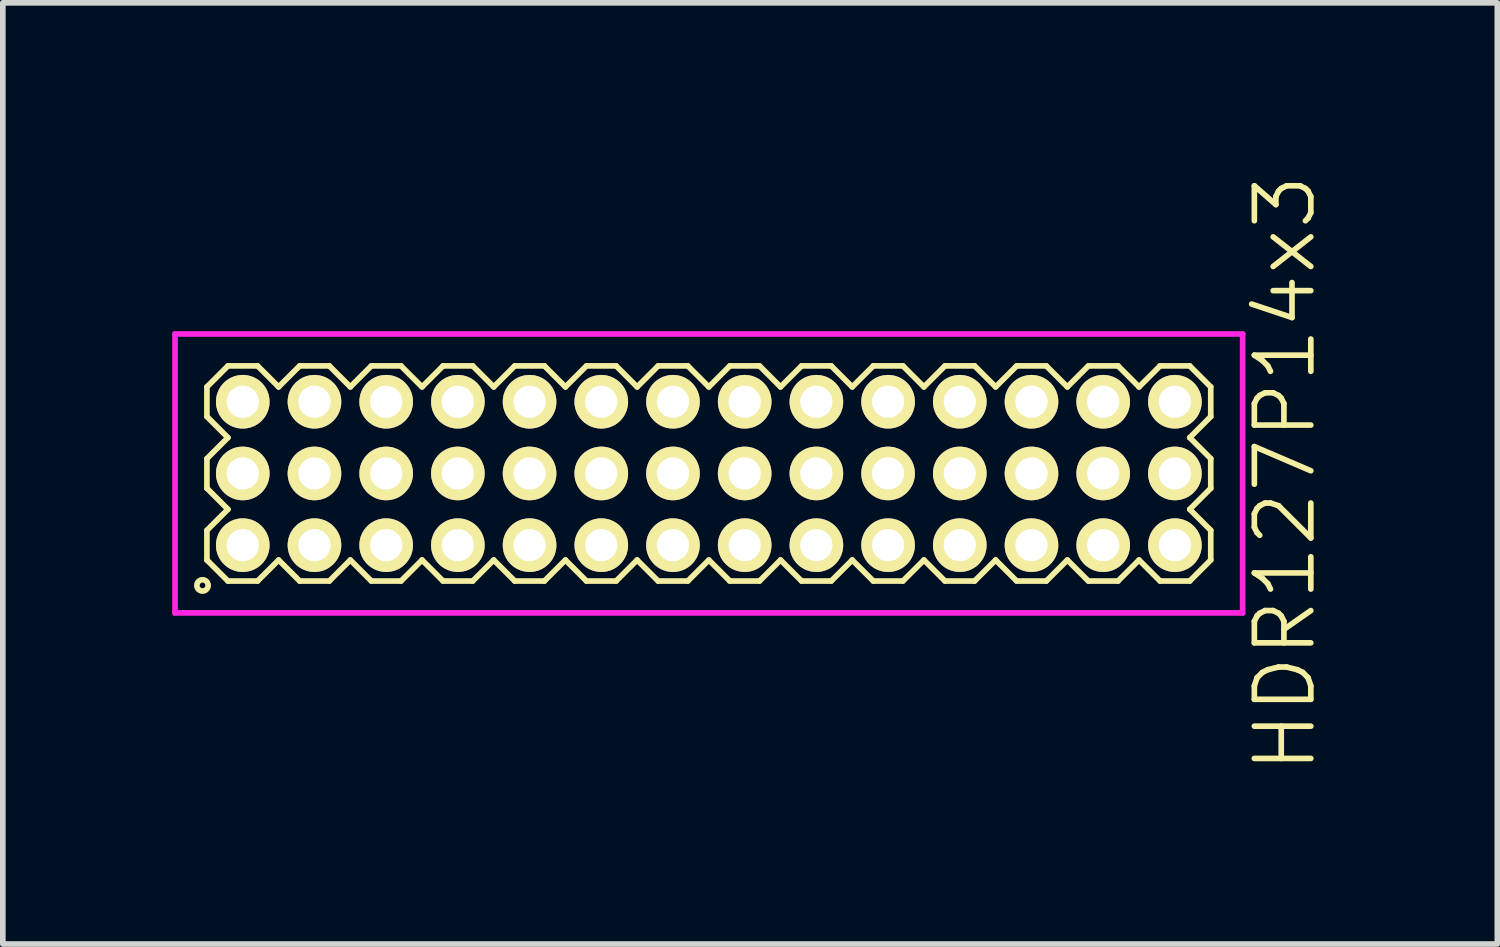
<source format=kicad_pcb>
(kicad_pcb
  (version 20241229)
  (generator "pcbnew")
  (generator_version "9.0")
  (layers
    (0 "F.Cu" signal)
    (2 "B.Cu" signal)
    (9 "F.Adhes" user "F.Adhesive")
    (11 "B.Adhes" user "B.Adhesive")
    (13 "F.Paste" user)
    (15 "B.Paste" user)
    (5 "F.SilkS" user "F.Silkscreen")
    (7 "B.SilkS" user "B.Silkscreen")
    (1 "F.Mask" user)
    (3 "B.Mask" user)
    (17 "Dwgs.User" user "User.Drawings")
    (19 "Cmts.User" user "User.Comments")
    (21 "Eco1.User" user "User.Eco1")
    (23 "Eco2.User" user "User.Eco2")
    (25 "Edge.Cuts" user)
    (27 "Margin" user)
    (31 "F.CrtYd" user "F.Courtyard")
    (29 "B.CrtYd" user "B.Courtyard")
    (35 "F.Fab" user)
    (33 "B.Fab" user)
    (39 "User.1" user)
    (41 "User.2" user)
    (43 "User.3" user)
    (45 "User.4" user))
  (footprint "HDR127P14x3"
    (layer "F.Cu")
    (at 9.505 5.336)
    (property "Reference" "HDR127P14x3" (at 10.205 0 90) (layer "F.SilkS") (effects (font (size 1 1) (thickness 0.1))))
    (attr through_hole)
    (fp_line (start -8.89 -1.533) (end -8.518 -1.905) (stroke (width 0.1) (type solid)) (layer "F.SilkS"))
    (fp_line (start -8.89 -1.007) (end -8.89 -1.533) (stroke (width 0.1) (type solid)) (layer "F.SilkS"))
    (fp_line (start -8.89 -0.263) (end -8.518 -0.635) (stroke (width 0.1) (type solid)) (layer "F.SilkS"))
    (fp_line (start -8.89 0.263) (end -8.89 -0.263) (stroke (width 0.1) (type solid)) (layer "F.SilkS"))
    (fp_line (start -8.89 1.007) (end -8.518 0.635) (stroke (width 0.1) (type solid)) (layer "F.SilkS"))
    (fp_line (start -8.89 1.533) (end -8.89 1.007) (stroke (width 0.1) (type solid)) (layer "F.SilkS"))
    (fp_line (start -8.518 -1.905) (end -7.992 -1.905) (stroke (width 0.1) (type solid)) (layer "F.SilkS"))
    (fp_line (start -8.518 -0.635) (end -8.89 -1.007) (stroke (width 0.1) (type solid)) (layer "F.SilkS"))
    (fp_line (start -8.518 0.635) (end -8.89 0.263) (stroke (width 0.1) (type solid)) (layer "F.SilkS"))
    (fp_line (start -8.518 1.905) (end -8.89 1.533) (stroke (width 0.1) (type solid)) (layer "F.SilkS"))
    (fp_line (start -7.992 -1.905) (end -7.62 -1.533) (stroke (width 0.1) (type solid)) (layer "F.SilkS"))
    (fp_line (start -7.992 1.905) (end -8.518 1.905) (stroke (width 0.1) (type solid)) (layer "F.SilkS"))
    (fp_line (start -7.62 -1.533) (end -7.248 -1.905) (stroke (width 0.1) (type solid)) (layer "F.SilkS"))
    (fp_line (start -7.62 1.533) (end -7.992 1.905) (stroke (width 0.1) (type solid)) (layer "F.SilkS"))
    (fp_line (start -7.248 -1.905) (end -6.722 -1.905) (stroke (width 0.1) (type solid)) (layer "F.SilkS"))
    (fp_line (start -7.248 1.905) (end -7.62 1.533) (stroke (width 0.1) (type solid)) (layer "F.SilkS"))
    (fp_line (start -6.722 -1.905) (end -6.35 -1.533) (stroke (width 0.1) (type solid)) (layer "F.SilkS"))
    (fp_line (start -6.722 1.905) (end -7.248 1.905) (stroke (width 0.1) (type solid)) (layer "F.SilkS"))
    (fp_line (start -6.35 -1.533) (end -5.978 -1.905) (stroke (width 0.1) (type solid)) (layer "F.SilkS"))
    (fp_line (start -6.35 1.533) (end -6.722 1.905) (stroke (width 0.1) (type solid)) (layer "F.SilkS"))
    (fp_line (start -5.978 -1.905) (end -5.452 -1.905) (stroke (width 0.1) (type solid)) (layer "F.SilkS"))
    (fp_line (start -5.978 1.905) (end -6.35 1.533) (stroke (width 0.1) (type solid)) (layer "F.SilkS"))
    (fp_line (start -5.452 -1.905) (end -5.08 -1.533) (stroke (width 0.1) (type solid)) (layer "F.SilkS"))
    (fp_line (start -5.452 1.905) (end -5.978 1.905) (stroke (width 0.1) (type solid)) (layer "F.SilkS"))
    (fp_line (start -5.08 -1.533) (end -4.708 -1.905) (stroke (width 0.1) (type solid)) (layer "F.SilkS"))
    (fp_line (start -5.08 1.533) (end -5.452 1.905) (stroke (width 0.1) (type solid)) (layer "F.SilkS"))
    (fp_line (start -4.708 -1.905) (end -4.182 -1.905) (stroke (width 0.1) (type solid)) (layer "F.SilkS"))
    (fp_line (start -4.708 1.905) (end -5.08 1.533) (stroke (width 0.1) (type solid)) (layer "F.SilkS"))
    (fp_line (start -4.182 -1.905) (end -3.81 -1.533) (stroke (width 0.1) (type solid)) (layer "F.SilkS"))
    (fp_line (start -4.182 1.905) (end -4.708 1.905) (stroke (width 0.1) (type solid)) (layer "F.SilkS"))
    (fp_line (start -3.81 -1.533) (end -3.438 -1.905) (stroke (width 0.1) (type solid)) (layer "F.SilkS"))
    (fp_line (start -3.81 1.533) (end -4.182 1.905) (stroke (width 0.1) (type solid)) (layer "F.SilkS"))
    (fp_line (start -3.438 -1.905) (end -2.912 -1.905) (stroke (width 0.1) (type solid)) (layer "F.SilkS"))
    (fp_line (start -3.438 1.905) (end -3.81 1.533) (stroke (width 0.1) (type solid)) (layer "F.SilkS"))
    (fp_line (start -2.912 -1.905) (end -2.54 -1.533) (stroke (width 0.1) (type solid)) (layer "F.SilkS"))
    (fp_line (start -2.912 1.905) (end -3.438 1.905) (stroke (width 0.1) (type solid)) (layer "F.SilkS"))
    (fp_line (start -2.54 -1.533) (end -2.168 -1.905) (stroke (width 0.1) (type solid)) (layer "F.SilkS"))
    (fp_line (start -2.54 1.533) (end -2.912 1.905) (stroke (width 0.1) (type solid)) (layer "F.SilkS"))
    (fp_line (start -2.168 -1.905) (end -1.642 -1.905) (stroke (width 0.1) (type solid)) (layer "F.SilkS"))
    (fp_line (start -2.168 1.905) (end -2.54 1.533) (stroke (width 0.1) (type solid)) (layer "F.SilkS"))
    (fp_line (start -1.642 -1.905) (end -1.27 -1.533) (stroke (width 0.1) (type solid)) (layer "F.SilkS"))
    (fp_line (start -1.642 1.905) (end -2.168 1.905) (stroke (width 0.1) (type solid)) (layer "F.SilkS"))
    (fp_line (start -1.27 -1.533) (end -0.898 -1.905) (stroke (width 0.1) (type solid)) (layer "F.SilkS"))
    (fp_line (start -1.27 1.533) (end -1.642 1.905) (stroke (width 0.1) (type solid)) (layer "F.SilkS"))
    (fp_line (start -0.898 -1.905) (end -0.372 -1.905) (stroke (width 0.1) (type solid)) (layer "F.SilkS"))
    (fp_line (start -0.898 1.905) (end -1.27 1.533) (stroke (width 0.1) (type solid)) (layer "F.SilkS"))
    (fp_line (start -0.372 -1.905) (end 0 -1.533) (stroke (width 0.1) (type solid)) (layer "F.SilkS"))
    (fp_line (start -0.372 1.905) (end -0.898 1.905) (stroke (width 0.1) (type solid)) (layer "F.SilkS"))
    (fp_line (start 0 -1.533) (end 0.372 -1.905) (stroke (width 0.1) (type solid)) (layer "F.SilkS"))
    (fp_line (start 0 1.533) (end -0.372 1.905) (stroke (width 0.1) (type solid)) (layer "F.SilkS"))
    (fp_line (start 0.372 -1.905) (end 0.898 -1.905) (stroke (width 0.1) (type solid)) (layer "F.SilkS"))
    (fp_line (start 0.372 1.905) (end 0 1.533) (stroke (width 0.1) (type solid)) (layer "F.SilkS"))
    (fp_line (start 0.898 -1.905) (end 1.27 -1.533) (stroke (width 0.1) (type solid)) (layer "F.SilkS"))
    (fp_line (start 0.898 1.905) (end 0.372 1.905) (stroke (width 0.1) (type solid)) (layer "F.SilkS"))
    (fp_line (start 1.27 -1.533) (end 1.642 -1.905) (stroke (width 0.1) (type solid)) (layer "F.SilkS"))
    (fp_line (start 1.27 1.533) (end 0.898 1.905) (stroke (width 0.1) (type solid)) (layer "F.SilkS"))
    (fp_line (start 1.642 -1.905) (end 2.168 -1.905) (stroke (width 0.1) (type solid)) (layer "F.SilkS"))
    (fp_line (start 1.642 1.905) (end 1.27 1.533) (stroke (width 0.1) (type solid)) (layer "F.SilkS"))
    (fp_line (start 2.168 -1.905) (end 2.54 -1.533) (stroke (width 0.1) (type solid)) (layer "F.SilkS"))
    (fp_line (start 2.168 1.905) (end 1.642 1.905) (stroke (width 0.1) (type solid)) (layer "F.SilkS"))
    (fp_line (start 2.54 -1.533) (end 2.912 -1.905) (stroke (width 0.1) (type solid)) (layer "F.SilkS"))
    (fp_line (start 2.54 1.533) (end 2.168 1.905) (stroke (width 0.1) (type solid)) (layer "F.SilkS"))
    (fp_line (start 2.912 -1.905) (end 3.438 -1.905) (stroke (width 0.1) (type solid)) (layer "F.SilkS"))
    (fp_line (start 2.912 1.905) (end 2.54 1.533) (stroke (width 0.1) (type solid)) (layer "F.SilkS"))
    (fp_line (start 3.438 -1.905) (end 3.81 -1.533) (stroke (width 0.1) (type solid)) (layer "F.SilkS"))
    (fp_line (start 3.438 1.905) (end 2.912 1.905) (stroke (width 0.1) (type solid)) (layer "F.SilkS"))
    (fp_line (start 3.81 -1.533) (end 4.182 -1.905) (stroke (width 0.1) (type solid)) (layer "F.SilkS"))
    (fp_line (start 3.81 1.533) (end 3.438 1.905) (stroke (width 0.1) (type solid)) (layer "F.SilkS"))
    (fp_line (start 4.182 -1.905) (end 4.708 -1.905) (stroke (width 0.1) (type solid)) (layer "F.SilkS"))
    (fp_line (start 4.182 1.905) (end 3.81 1.533) (stroke (width 0.1) (type solid)) (layer "F.SilkS"))
    (fp_line (start 4.708 -1.905) (end 5.08 -1.533) (stroke (width 0.1) (type solid)) (layer "F.SilkS"))
    (fp_line (start 4.708 1.905) (end 4.182 1.905) (stroke (width 0.1) (type solid)) (layer "F.SilkS"))
    (fp_line (start 5.08 -1.533) (end 5.452 -1.905) (stroke (width 0.1) (type solid)) (layer "F.SilkS"))
    (fp_line (start 5.08 1.533) (end 4.708 1.905) (stroke (width 0.1) (type solid)) (layer "F.SilkS"))
    (fp_line (start 5.452 -1.905) (end 5.978 -1.905) (stroke (width 0.1) (type solid)) (layer "F.SilkS"))
    (fp_line (start 5.452 1.905) (end 5.08 1.533) (stroke (width 0.1) (type solid)) (layer "F.SilkS"))
    (fp_line (start 5.978 -1.905) (end 6.35 -1.533) (stroke (width 0.1) (type solid)) (layer "F.SilkS"))
    (fp_line (start 5.978 1.905) (end 5.452 1.905) (stroke (width 0.1) (type solid)) (layer "F.SilkS"))
    (fp_line (start 6.35 -1.533) (end 6.722 -1.905) (stroke (width 0.1) (type solid)) (layer "F.SilkS"))
    (fp_line (start 6.35 1.533) (end 5.978 1.905) (stroke (width 0.1) (type solid)) (layer "F.SilkS"))
    (fp_line (start 6.722 -1.905) (end 7.248 -1.905) (stroke (width 0.1) (type solid)) (layer "F.SilkS"))
    (fp_line (start 6.722 1.905) (end 6.35 1.533) (stroke (width 0.1) (type solid)) (layer "F.SilkS"))
    (fp_line (start 7.248 -1.905) (end 7.62 -1.533) (stroke (width 0.1) (type solid)) (layer "F.SilkS"))
    (fp_line (start 7.248 1.905) (end 6.722 1.905) (stroke (width 0.1) (type solid)) (layer "F.SilkS"))
    (fp_line (start 7.62 -1.533) (end 7.992 -1.905) (stroke (width 0.1) (type solid)) (layer "F.SilkS"))
    (fp_line (start 7.62 1.533) (end 7.248 1.905) (stroke (width 0.1) (type solid)) (layer "F.SilkS"))
    (fp_line (start 7.992 -1.905) (end 8.518 -1.905) (stroke (width 0.1) (type solid)) (layer "F.SilkS"))
    (fp_line (start 7.992 1.905) (end 7.62 1.533) (stroke (width 0.1) (type solid)) (layer "F.SilkS"))
    (fp_line (start 8.518 -1.905) (end 8.89 -1.533) (stroke (width 0.1) (type solid)) (layer "F.SilkS"))
    (fp_line (start 8.518 -0.635) (end 8.89 -0.263) (stroke (width 0.1) (type solid)) (layer "F.SilkS"))
    (fp_line (start 8.518 0.635) (end 8.89 1.007) (stroke (width 0.1) (type solid)) (layer "F.SilkS"))
    (fp_line (start 8.518 1.905) (end 7.992 1.905) (stroke (width 0.1) (type solid)) (layer "F.SilkS"))
    (fp_line (start 8.89 -1.533) (end 8.89 -1.007) (stroke (width 0.1) (type solid)) (layer "F.SilkS"))
    (fp_line (start 8.89 -1.007) (end 8.518 -0.635) (stroke (width 0.1) (type solid)) (layer "F.SilkS"))
    (fp_line (start 8.89 -0.263) (end 8.89 0.263) (stroke (width 0.1) (type solid)) (layer "F.SilkS"))
    (fp_line (start 8.89 0.263) (end 8.518 0.635) (stroke (width 0.1) (type solid)) (layer "F.SilkS"))
    (fp_line (start 8.89 1.007) (end 8.89 1.533) (stroke (width 0.1) (type solid)) (layer "F.SilkS"))
    (fp_line (start 8.89 1.533) (end 8.518 1.905) (stroke (width 0.1) (type solid)) (layer "F.SilkS"))
    (fp_circle (center -8.968 1.983) (end -8.868 1.983) (stroke (width 0.1) (type solid)) (fill no) (layer "F.SilkS"))
    (fp_line (start -9.455 -2.47) (end -9.455 2.47) (stroke (width 0.1) (type solid)) (layer "F.CrtYd"))
    (fp_line (start -9.455 2.47) (end 9.455 2.47) (stroke (width 0.1) (type solid)) (layer "F.CrtYd"))
    (fp_line (start 9.455 -2.47) (end -9.455 -2.47) (stroke (width 0.1) (type solid)) (layer "F.CrtYd"))
    (fp_line (start 9.455 2.47) (end 9.455 -2.47) (stroke (width 0.1) (type solid)) (layer "F.CrtYd"))
    (pad "1" thru_hole oval (at -8.255 1.27) (size 0.95 0.95) (drill 0.57) (layers "*.Cu" "*.Mask" "F.SilkS"))
    (pad "2" thru_hole oval (at -8.255 0) (size 0.95 0.95) (drill 0.57) (layers "*.Cu" "*.Mask" "F.SilkS"))
    (pad "3" thru_hole oval (at -8.255 -1.27) (size 0.95 0.95) (drill 0.57) (layers "*.Cu" "*.Mask" "F.SilkS"))
    (pad "4" thru_hole oval (at -6.985 1.27) (size 0.95 0.95) (drill 0.57) (layers "*.Cu" "*.Mask" "F.SilkS"))
    (pad "5" thru_hole oval (at -6.985 0) (size 0.95 0.95) (drill 0.57) (layers "*.Cu" "*.Mask" "F.SilkS"))
    (pad "6" thru_hole oval (at -6.985 -1.27) (size 0.95 0.95) (drill 0.57) (layers "*.Cu" "*.Mask" "F.SilkS"))
    (pad "7" thru_hole oval (at -5.715 1.27) (size 0.95 0.95) (drill 0.57) (layers "*.Cu" "*.Mask" "F.SilkS"))
    (pad "8" thru_hole oval (at -5.715 0) (size 0.95 0.95) (drill 0.57) (layers "*.Cu" "*.Mask" "F.SilkS"))
    (pad "9" thru_hole oval (at -5.715 -1.27) (size 0.95 0.95) (drill 0.57) (layers "*.Cu" "*.Mask" "F.SilkS"))
    (pad "10" thru_hole oval (at -4.445 1.27) (size 0.95 0.95) (drill 0.57) (layers "*.Cu" "*.Mask" "F.SilkS"))
    (pad "11" thru_hole oval (at -4.445 0) (size 0.95 0.95) (drill 0.57) (layers "*.Cu" "*.Mask" "F.SilkS"))
    (pad "12" thru_hole oval (at -4.445 -1.27) (size 0.95 0.95) (drill 0.57) (layers "*.Cu" "*.Mask" "F.SilkS"))
    (pad "13" thru_hole oval (at -3.175 1.27) (size 0.95 0.95) (drill 0.57) (layers "*.Cu" "*.Mask" "F.SilkS"))
    (pad "14" thru_hole oval (at -3.175 0) (size 0.95 0.95) (drill 0.57) (layers "*.Cu" "*.Mask" "F.SilkS"))
    (pad "15" thru_hole oval (at -3.175 -1.27) (size 0.95 0.95) (drill 0.57) (layers "*.Cu" "*.Mask" "F.SilkS"))
    (pad "16" thru_hole oval (at -1.905 1.27) (size 0.95 0.95) (drill 0.57) (layers "*.Cu" "*.Mask" "F.SilkS"))
    (pad "17" thru_hole oval (at -1.905 0) (size 0.95 0.95) (drill 0.57) (layers "*.Cu" "*.Mask" "F.SilkS"))
    (pad "18" thru_hole oval (at -1.905 -1.27) (size 0.95 0.95) (drill 0.57) (layers "*.Cu" "*.Mask" "F.SilkS"))
    (pad "19" thru_hole oval (at -0.635 1.27) (size 0.95 0.95) (drill 0.57) (layers "*.Cu" "*.Mask" "F.SilkS"))
    (pad "20" thru_hole oval (at -0.635 0) (size 0.95 0.95) (drill 0.57) (layers "*.Cu" "*.Mask" "F.SilkS"))
    (pad "21" thru_hole oval (at -0.635 -1.27) (size 0.95 0.95) (drill 0.57) (layers "*.Cu" "*.Mask" "F.SilkS"))
    (pad "22" thru_hole oval (at 0.635 1.27) (size 0.95 0.95) (drill 0.57) (layers "*.Cu" "*.Mask" "F.SilkS"))
    (pad "23" thru_hole oval (at 0.635 0) (size 0.95 0.95) (drill 0.57) (layers "*.Cu" "*.Mask" "F.SilkS"))
    (pad "24" thru_hole oval (at 0.635 -1.27) (size 0.95 0.95) (drill 0.57) (layers "*.Cu" "*.Mask" "F.SilkS"))
    (pad "25" thru_hole oval (at 1.905 1.27) (size 0.95 0.95) (drill 0.57) (layers "*.Cu" "*.Mask" "F.SilkS"))
    (pad "26" thru_hole oval (at 1.905 0) (size 0.95 0.95) (drill 0.57) (layers "*.Cu" "*.Mask" "F.SilkS"))
    (pad "27" thru_hole oval (at 1.905 -1.27) (size 0.95 0.95) (drill 0.57) (layers "*.Cu" "*.Mask" "F.SilkS"))
    (pad "28" thru_hole oval (at 3.175 1.27) (size 0.95 0.95) (drill 0.57) (layers "*.Cu" "*.Mask" "F.SilkS"))
    (pad "29" thru_hole oval (at 3.175 0) (size 0.95 0.95) (drill 0.57) (layers "*.Cu" "*.Mask" "F.SilkS"))
    (pad "30" thru_hole oval (at 3.175 -1.27) (size 0.95 0.95) (drill 0.57) (layers "*.Cu" "*.Mask" "F.SilkS"))
    (pad "31" thru_hole oval (at 4.445 1.27) (size 0.95 0.95) (drill 0.57) (layers "*.Cu" "*.Mask" "F.SilkS"))
    (pad "32" thru_hole oval (at 4.445 0) (size 0.95 0.95) (drill 0.57) (layers "*.Cu" "*.Mask" "F.SilkS"))
    (pad "33" thru_hole oval (at 4.445 -1.27) (size 0.95 0.95) (drill 0.57) (layers "*.Cu" "*.Mask" "F.SilkS"))
    (pad "34" thru_hole oval (at 5.715 1.27) (size 0.95 0.95) (drill 0.57) (layers "*.Cu" "*.Mask" "F.SilkS"))
    (pad "35" thru_hole oval (at 5.715 0) (size 0.95 0.95) (drill 0.57) (layers "*.Cu" "*.Mask" "F.SilkS"))
    (pad "36" thru_hole oval (at 5.715 -1.27) (size 0.95 0.95) (drill 0.57) (layers "*.Cu" "*.Mask" "F.SilkS"))
    (pad "37" thru_hole oval (at 6.985 1.27) (size 0.95 0.95) (drill 0.57) (layers "*.Cu" "*.Mask" "F.SilkS"))
    (pad "38" thru_hole oval (at 6.985 0) (size 0.95 0.95) (drill 0.57) (layers "*.Cu" "*.Mask" "F.SilkS"))
    (pad "39" thru_hole oval (at 6.985 -1.27) (size 0.95 0.95) (drill 0.57) (layers "*.Cu" "*.Mask" "F.SilkS"))
    (pad "40" thru_hole oval (at 8.255 1.27) (size 0.95 0.95) (drill 0.57) (layers "*.Cu" "*.Mask" "F.SilkS"))
    (pad "41" thru_hole oval (at 8.255 0) (size 0.95 0.95) (drill 0.57) (layers "*.Cu" "*.Mask" "F.SilkS"))
    (pad "42" thru_hole oval (at 8.255 -1.27) (size 0.95 0.95) (drill 0.57) (layers "*.Cu" "*.Mask" "F.SilkS")))
  (gr_rect
    (start -3 -3)
    (end 23.471 13.671)
    (stroke (width 0.1) (type default))
    (fill no)
    (layer "Edge.Cuts")))
</source>
